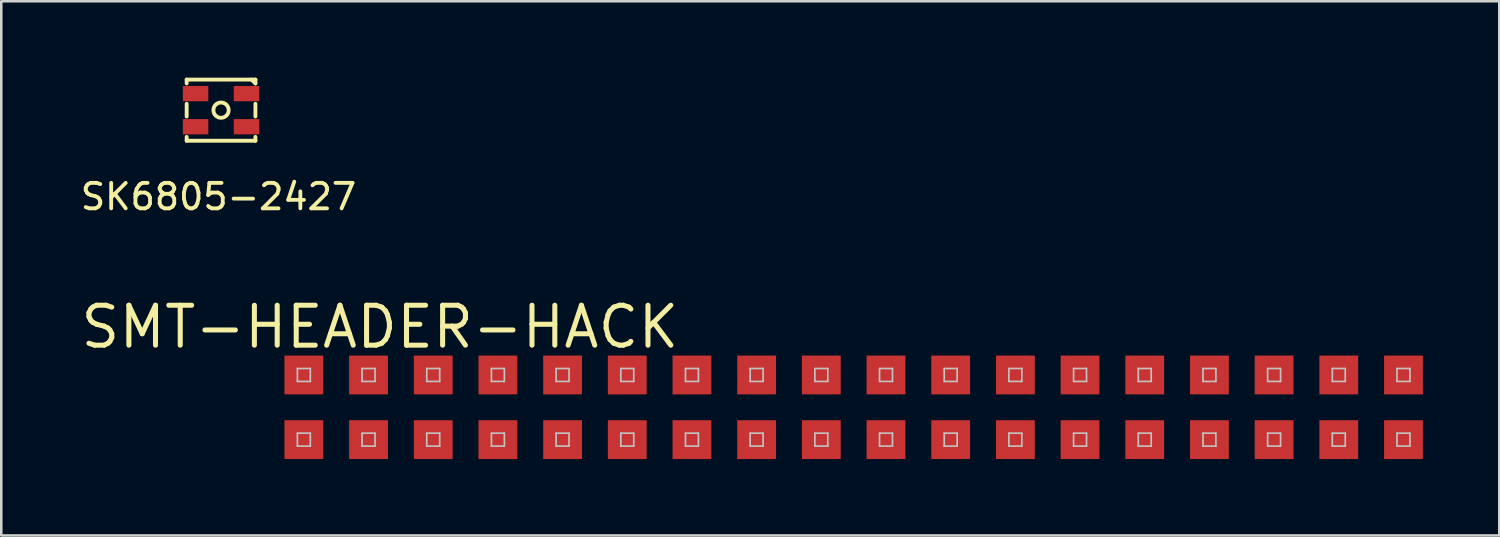
<source format=kicad_pcb>
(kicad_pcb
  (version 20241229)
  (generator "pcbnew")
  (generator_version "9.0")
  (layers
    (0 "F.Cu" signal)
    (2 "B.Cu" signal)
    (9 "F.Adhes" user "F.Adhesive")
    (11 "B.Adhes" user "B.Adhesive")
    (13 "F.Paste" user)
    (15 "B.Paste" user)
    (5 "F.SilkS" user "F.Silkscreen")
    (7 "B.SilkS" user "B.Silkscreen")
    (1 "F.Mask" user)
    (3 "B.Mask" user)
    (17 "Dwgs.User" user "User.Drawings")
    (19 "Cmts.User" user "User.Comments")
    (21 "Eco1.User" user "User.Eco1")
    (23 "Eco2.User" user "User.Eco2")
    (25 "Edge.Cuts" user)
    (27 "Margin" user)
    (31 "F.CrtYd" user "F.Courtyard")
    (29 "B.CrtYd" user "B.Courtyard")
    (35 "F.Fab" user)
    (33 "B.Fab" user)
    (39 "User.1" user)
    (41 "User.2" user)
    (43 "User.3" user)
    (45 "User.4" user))
  (footprint "SK6805-2427"
    (layer "F.Cu")
    (at 5.63 1.276)
    (property "Reference" "SK6805-2427" (at -0.1 3.4 0) (layer "F.SilkS") (effects (font (size 1 1) (thickness 0.15))))
    (attr through_hole)
    (fp_line (start -1.35 -1.2) (end -1.35 -1.05) (stroke (width 0.152) (type solid)) (layer "F.SilkS"))
    (fp_line (start -1.35 -1.2) (end 1.35 -1.2) (stroke (width 0.152) (type solid)) (layer "F.SilkS"))
    (fp_line (start -1.35 -0.25) (end -1.35 0.25) (stroke (width 0.152) (type solid)) (layer "F.SilkS"))
    (fp_line (start -1.35 1.2) (end -1.35 1.05) (stroke (width 0.152) (type solid)) (layer "F.SilkS"))
    (fp_line (start -1.35 1.2) (end 1.35 1.2) (stroke (width 0.152) (type solid)) (layer "F.SilkS"))
    (fp_line (start 1.35 -1.2) (end 1.35 -1.05) (stroke (width 0.152) (type solid)) (layer "F.SilkS"))
    (fp_line (start 1.35 -1.05) (end 1.2 -1.2) (stroke (width 0.152) (type solid)) (layer "F.SilkS"))
    (fp_line (start 1.35 -0.25) (end 1.35 0.25) (stroke (width 0.152) (type solid)) (layer "F.SilkS"))
    (fp_line (start 1.35 1.2) (end 1.35 1.05) (stroke (width 0.152) (type solid)) (layer "F.SilkS"))
    (fp_circle (center 0 0) (end 0.3 0) (stroke (width 0.152) (type solid)) (fill no) (layer "F.SilkS"))
    (pad "1" smd rect (at 1 0.65) (size 1 0.6) (layers "F.Cu" "F.Mask" "F.Paste"))
    (pad "2" smd rect (at 1 -0.65) (size 1 0.6) (layers "F.Cu" "F.Mask" "F.Paste"))
    (pad "3" smd rect (at -1 -0.65) (size 1 0.6) (layers "F.Cu" "F.Mask" "F.Paste"))
    (pad "4" smd rect (at -1 0.65) (size 1 0.6) (layers "F.Cu" "F.Mask" "F.Paste")))
  (footprint "SMT-HEADER-HACK"
    (layer "F.Cu")
    (at 30.472 12.944)
    (property "Reference" "SMT-HEADER-HACK" (at -18.605 -3.155 180) (layer "F.SilkS") (effects (font (size 1.568 1.568) (thickness 0.198))))
    (attr exclude_from_pos_files exclude_from_bom)
    (fp_line (start -21.844 -1.524) (end -21.336 -1.524) (stroke (width 0.066) (type solid)) (layer "Dwgs.User"))
    (fp_line (start -21.844 -1.016) (end -21.844 -1.524) (stroke (width 0.066) (type solid)) (layer "Dwgs.User"))
    (fp_line (start -21.844 -1.016) (end -21.336 -1.016) (stroke (width 0.066) (type solid)) (layer "Dwgs.User"))
    (fp_line (start -21.844 1.016) (end -21.336 1.016) (stroke (width 0.066) (type solid)) (layer "Dwgs.User"))
    (fp_line (start -21.844 1.524) (end -21.844 1.016) (stroke (width 0.066) (type solid)) (layer "Dwgs.User"))
    (fp_line (start -21.844 1.524) (end -21.336 1.524) (stroke (width 0.066) (type solid)) (layer "Dwgs.User"))
    (fp_line (start -21.336 -1.016) (end -21.336 -1.524) (stroke (width 0.066) (type solid)) (layer "Dwgs.User"))
    (fp_line (start -21.336 1.524) (end -21.336 1.016) (stroke (width 0.066) (type solid)) (layer "Dwgs.User"))
    (fp_line (start -19.304 -1.524) (end -18.796 -1.524) (stroke (width 0.066) (type solid)) (layer "Dwgs.User"))
    (fp_line (start -19.304 -1.016) (end -19.304 -1.524) (stroke (width 0.066) (type solid)) (layer "Dwgs.User"))
    (fp_line (start -19.304 -1.016) (end -18.796 -1.016) (stroke (width 0.066) (type solid)) (layer "Dwgs.User"))
    (fp_line (start -19.304 1.016) (end -18.796 1.016) (stroke (width 0.066) (type solid)) (layer "Dwgs.User"))
    (fp_line (start -19.304 1.524) (end -19.304 1.016) (stroke (width 0.066) (type solid)) (layer "Dwgs.User"))
    (fp_line (start -19.304 1.524) (end -18.796 1.524) (stroke (width 0.066) (type solid)) (layer "Dwgs.User"))
    (fp_line (start -18.796 -1.016) (end -18.796 -1.524) (stroke (width 0.066) (type solid)) (layer "Dwgs.User"))
    (fp_line (start -18.796 1.524) (end -18.796 1.016) (stroke (width 0.066) (type solid)) (layer "Dwgs.User"))
    (fp_line (start -16.764 -1.524) (end -16.256 -1.524) (stroke (width 0.066) (type solid)) (layer "Dwgs.User"))
    (fp_line (start -16.764 -1.016) (end -16.764 -1.524) (stroke (width 0.066) (type solid)) (layer "Dwgs.User"))
    (fp_line (start -16.764 -1.016) (end -16.256 -1.016) (stroke (width 0.066) (type solid)) (layer "Dwgs.User"))
    (fp_line (start -16.764 1.016) (end -16.256 1.016) (stroke (width 0.066) (type solid)) (layer "Dwgs.User"))
    (fp_line (start -16.764 1.524) (end -16.764 1.016) (stroke (width 0.066) (type solid)) (layer "Dwgs.User"))
    (fp_line (start -16.764 1.524) (end -16.256 1.524) (stroke (width 0.066) (type solid)) (layer "Dwgs.User"))
    (fp_line (start -16.256 -1.016) (end -16.256 -1.524) (stroke (width 0.066) (type solid)) (layer "Dwgs.User"))
    (fp_line (start -16.256 1.524) (end -16.256 1.016) (stroke (width 0.066) (type solid)) (layer "Dwgs.User"))
    (fp_line (start -14.224 -1.524) (end -13.716 -1.524) (stroke (width 0.066) (type solid)) (layer "Dwgs.User"))
    (fp_line (start -14.224 -1.016) (end -14.224 -1.524) (stroke (width 0.066) (type solid)) (layer "Dwgs.User"))
    (fp_line (start -14.224 -1.016) (end -13.716 -1.016) (stroke (width 0.066) (type solid)) (layer "Dwgs.User"))
    (fp_line (start -14.224 1.016) (end -13.716 1.016) (stroke (width 0.066) (type solid)) (layer "Dwgs.User"))
    (fp_line (start -14.224 1.524) (end -14.224 1.016) (stroke (width 0.066) (type solid)) (layer "Dwgs.User"))
    (fp_line (start -14.224 1.524) (end -13.716 1.524) (stroke (width 0.066) (type solid)) (layer "Dwgs.User"))
    (fp_line (start -13.716 -1.016) (end -13.716 -1.524) (stroke (width 0.066) (type solid)) (layer "Dwgs.User"))
    (fp_line (start -13.716 1.524) (end -13.716 1.016) (stroke (width 0.066) (type solid)) (layer "Dwgs.User"))
    (fp_line (start -11.684 -1.524) (end -11.176 -1.524) (stroke (width 0.066) (type solid)) (layer "Dwgs.User"))
    (fp_line (start -11.684 -1.016) (end -11.684 -1.524) (stroke (width 0.066) (type solid)) (layer "Dwgs.User"))
    (fp_line (start -11.684 -1.016) (end -11.176 -1.016) (stroke (width 0.066) (type solid)) (layer "Dwgs.User"))
    (fp_line (start -11.684 1.016) (end -11.176 1.016) (stroke (width 0.066) (type solid)) (layer "Dwgs.User"))
    (fp_line (start -11.684 1.524) (end -11.684 1.016) (stroke (width 0.066) (type solid)) (layer "Dwgs.User"))
    (fp_line (start -11.684 1.524) (end -11.176 1.524) (stroke (width 0.066) (type solid)) (layer "Dwgs.User"))
    (fp_line (start -11.176 -1.016) (end -11.176 -1.524) (stroke (width 0.066) (type solid)) (layer "Dwgs.User"))
    (fp_line (start -11.176 1.524) (end -11.176 1.016) (stroke (width 0.066) (type solid)) (layer "Dwgs.User"))
    (fp_line (start -9.144 -1.524) (end -8.636 -1.524) (stroke (width 0.066) (type solid)) (layer "Dwgs.User"))
    (fp_line (start -9.144 -1.016) (end -9.144 -1.524) (stroke (width 0.066) (type solid)) (layer "Dwgs.User"))
    (fp_line (start -9.144 -1.016) (end -8.636 -1.016) (stroke (width 0.066) (type solid)) (layer "Dwgs.User"))
    (fp_line (start -9.144 1.016) (end -8.636 1.016) (stroke (width 0.066) (type solid)) (layer "Dwgs.User"))
    (fp_line (start -9.144 1.524) (end -9.144 1.016) (stroke (width 0.066) (type solid)) (layer "Dwgs.User"))
    (fp_line (start -9.144 1.524) (end -8.636 1.524) (stroke (width 0.066) (type solid)) (layer "Dwgs.User"))
    (fp_line (start -8.636 -1.016) (end -8.636 -1.524) (stroke (width 0.066) (type solid)) (layer "Dwgs.User"))
    (fp_line (start -8.636 1.524) (end -8.636 1.016) (stroke (width 0.066) (type solid)) (layer "Dwgs.User"))
    (fp_line (start -6.604 -1.524) (end -6.096 -1.524) (stroke (width 0.066) (type solid)) (layer "Dwgs.User"))
    (fp_line (start -6.604 -1.016) (end -6.604 -1.524) (stroke (width 0.066) (type solid)) (layer "Dwgs.User"))
    (fp_line (start -6.604 -1.016) (end -6.096 -1.016) (stroke (width 0.066) (type solid)) (layer "Dwgs.User"))
    (fp_line (start -6.604 1.016) (end -6.096 1.016) (stroke (width 0.066) (type solid)) (layer "Dwgs.User"))
    (fp_line (start -6.604 1.524) (end -6.604 1.016) (stroke (width 0.066) (type solid)) (layer "Dwgs.User"))
    (fp_line (start -6.604 1.524) (end -6.096 1.524) (stroke (width 0.066) (type solid)) (layer "Dwgs.User"))
    (fp_line (start -6.096 -1.016) (end -6.096 -1.524) (stroke (width 0.066) (type solid)) (layer "Dwgs.User"))
    (fp_line (start -6.096 1.524) (end -6.096 1.016) (stroke (width 0.066) (type solid)) (layer "Dwgs.User"))
    (fp_line (start -4.064 -1.524) (end -3.556 -1.524) (stroke (width 0.066) (type solid)) (layer "Dwgs.User"))
    (fp_line (start -4.064 -1.016) (end -4.064 -1.524) (stroke (width 0.066) (type solid)) (layer "Dwgs.User"))
    (fp_line (start -4.064 -1.016) (end -3.556 -1.016) (stroke (width 0.066) (type solid)) (layer "Dwgs.User"))
    (fp_line (start -4.064 1.016) (end -3.556 1.016) (stroke (width 0.066) (type solid)) (layer "Dwgs.User"))
    (fp_line (start -4.064 1.524) (end -4.064 1.016) (stroke (width 0.066) (type solid)) (layer "Dwgs.User"))
    (fp_line (start -4.064 1.524) (end -3.556 1.524) (stroke (width 0.066) (type solid)) (layer "Dwgs.User"))
    (fp_line (start -3.556 -1.016) (end -3.556 -1.524) (stroke (width 0.066) (type solid)) (layer "Dwgs.User"))
    (fp_line (start -3.556 1.524) (end -3.556 1.016) (stroke (width 0.066) (type solid)) (layer "Dwgs.User"))
    (fp_line (start -1.524 -1.524) (end -1.016 -1.524) (stroke (width 0.066) (type solid)) (layer "Dwgs.User"))
    (fp_line (start -1.524 -1.016) (end -1.524 -1.524) (stroke (width 0.066) (type solid)) (layer "Dwgs.User"))
    (fp_line (start -1.524 -1.016) (end -1.016 -1.016) (stroke (width 0.066) (type solid)) (layer "Dwgs.User"))
    (fp_line (start -1.524 1.016) (end -1.016 1.016) (stroke (width 0.066) (type solid)) (layer "Dwgs.User"))
    (fp_line (start -1.524 1.524) (end -1.524 1.016) (stroke (width 0.066) (type solid)) (layer "Dwgs.User"))
    (fp_line (start -1.524 1.524) (end -1.016 1.524) (stroke (width 0.066) (type solid)) (layer "Dwgs.User"))
    (fp_line (start -1.016 -1.016) (end -1.016 -1.524) (stroke (width 0.066) (type solid)) (layer "Dwgs.User"))
    (fp_line (start -1.016 1.524) (end -1.016 1.016) (stroke (width 0.066) (type solid)) (layer "Dwgs.User"))
    (fp_line (start 1.016 -1.524) (end 1.524 -1.524) (stroke (width 0.066) (type solid)) (layer "Dwgs.User"))
    (fp_line (start 1.016 -1.016) (end 1.016 -1.524) (stroke (width 0.066) (type solid)) (layer "Dwgs.User"))
    (fp_line (start 1.016 -1.016) (end 1.524 -1.016) (stroke (width 0.066) (type solid)) (layer "Dwgs.User"))
    (fp_line (start 1.016 1.016) (end 1.524 1.016) (stroke (width 0.066) (type solid)) (layer "Dwgs.User"))
    (fp_line (start 1.016 1.524) (end 1.016 1.016) (stroke (width 0.066) (type solid)) (layer "Dwgs.User"))
    (fp_line (start 1.016 1.524) (end 1.524 1.524) (stroke (width 0.066) (type solid)) (layer "Dwgs.User"))
    (fp_line (start 1.524 -1.016) (end 1.524 -1.524) (stroke (width 0.066) (type solid)) (layer "Dwgs.User"))
    (fp_line (start 1.524 1.524) (end 1.524 1.016) (stroke (width 0.066) (type solid)) (layer "Dwgs.User"))
    (fp_line (start 3.556 -1.524) (end 4.064 -1.524) (stroke (width 0.066) (type solid)) (layer "Dwgs.User"))
    (fp_line (start 3.556 -1.016) (end 3.556 -1.524) (stroke (width 0.066) (type solid)) (layer "Dwgs.User"))
    (fp_line (start 3.556 -1.016) (end 4.064 -1.016) (stroke (width 0.066) (type solid)) (layer "Dwgs.User"))
    (fp_line (start 3.556 1.016) (end 4.064 1.016) (stroke (width 0.066) (type solid)) (layer "Dwgs.User"))
    (fp_line (start 3.556 1.524) (end 3.556 1.016) (stroke (width 0.066) (type solid)) (layer "Dwgs.User"))
    (fp_line (start 3.556 1.524) (end 4.064 1.524) (stroke (width 0.066) (type solid)) (layer "Dwgs.User"))
    (fp_line (start 4.064 -1.016) (end 4.064 -1.524) (stroke (width 0.066) (type solid)) (layer "Dwgs.User"))
    (fp_line (start 4.064 1.524) (end 4.064 1.016) (stroke (width 0.066) (type solid)) (layer "Dwgs.User"))
    (fp_line (start 6.096 -1.524) (end 6.604 -1.524) (stroke (width 0.066) (type solid)) (layer "Dwgs.User"))
    (fp_line (start 6.096 -1.016) (end 6.096 -1.524) (stroke (width 0.066) (type solid)) (layer "Dwgs.User"))
    (fp_line (start 6.096 -1.016) (end 6.604 -1.016) (stroke (width 0.066) (type solid)) (layer "Dwgs.User"))
    (fp_line (start 6.096 1.016) (end 6.604 1.016) (stroke (width 0.066) (type solid)) (layer "Dwgs.User"))
    (fp_line (start 6.096 1.524) (end 6.096 1.016) (stroke (width 0.066) (type solid)) (layer "Dwgs.User"))
    (fp_line (start 6.096 1.524) (end 6.604 1.524) (stroke (width 0.066) (type solid)) (layer "Dwgs.User"))
    (fp_line (start 6.604 -1.016) (end 6.604 -1.524) (stroke (width 0.066) (type solid)) (layer "Dwgs.User"))
    (fp_line (start 6.604 1.524) (end 6.604 1.016) (stroke (width 0.066) (type solid)) (layer "Dwgs.User"))
    (fp_line (start 8.636 -1.524) (end 9.144 -1.524) (stroke (width 0.066) (type solid)) (layer "Dwgs.User"))
    (fp_line (start 8.636 -1.016) (end 8.636 -1.524) (stroke (width 0.066) (type solid)) (layer "Dwgs.User"))
    (fp_line (start 8.636 -1.016) (end 9.144 -1.016) (stroke (width 0.066) (type solid)) (layer "Dwgs.User"))
    (fp_line (start 8.636 1.016) (end 9.144 1.016) (stroke (width 0.066) (type solid)) (layer "Dwgs.User"))
    (fp_line (start 8.636 1.524) (end 8.636 1.016) (stroke (width 0.066) (type solid)) (layer "Dwgs.User"))
    (fp_line (start 8.636 1.524) (end 9.144 1.524) (stroke (width 0.066) (type solid)) (layer "Dwgs.User"))
    (fp_line (start 9.144 -1.016) (end 9.144 -1.524) (stroke (width 0.066) (type solid)) (layer "Dwgs.User"))
    (fp_line (start 9.144 1.524) (end 9.144 1.016) (stroke (width 0.066) (type solid)) (layer "Dwgs.User"))
    (fp_line (start 11.176 -1.524) (end 11.684 -1.524) (stroke (width 0.066) (type solid)) (layer "Dwgs.User"))
    (fp_line (start 11.176 -1.016) (end 11.176 -1.524) (stroke (width 0.066) (type solid)) (layer "Dwgs.User"))
    (fp_line (start 11.176 -1.016) (end 11.684 -1.016) (stroke (width 0.066) (type solid)) (layer "Dwgs.User"))
    (fp_line (start 11.176 1.016) (end 11.684 1.016) (stroke (width 0.066) (type solid)) (layer "Dwgs.User"))
    (fp_line (start 11.176 1.524) (end 11.176 1.016) (stroke (width 0.066) (type solid)) (layer "Dwgs.User"))
    (fp_line (start 11.176 1.524) (end 11.684 1.524) (stroke (width 0.066) (type solid)) (layer "Dwgs.User"))
    (fp_line (start 11.684 -1.016) (end 11.684 -1.524) (stroke (width 0.066) (type solid)) (layer "Dwgs.User"))
    (fp_line (start 11.684 1.524) (end 11.684 1.016) (stroke (width 0.066) (type solid)) (layer "Dwgs.User"))
    (fp_line (start 13.716 -1.524) (end 14.224 -1.524) (stroke (width 0.066) (type solid)) (layer "Dwgs.User"))
    (fp_line (start 13.716 -1.016) (end 13.716 -1.524) (stroke (width 0.066) (type solid)) (layer "Dwgs.User"))
    (fp_line (start 13.716 -1.016) (end 14.224 -1.016) (stroke (width 0.066) (type solid)) (layer "Dwgs.User"))
    (fp_line (start 13.716 1.016) (end 14.224 1.016) (stroke (width 0.066) (type solid)) (layer "Dwgs.User"))
    (fp_line (start 13.716 1.524) (end 13.716 1.016) (stroke (width 0.066) (type solid)) (layer "Dwgs.User"))
    (fp_line (start 13.716 1.524) (end 14.224 1.524) (stroke (width 0.066) (type solid)) (layer "Dwgs.User"))
    (fp_line (start 14.224 -1.016) (end 14.224 -1.524) (stroke (width 0.066) (type solid)) (layer "Dwgs.User"))
    (fp_line (start 14.224 1.524) (end 14.224 1.016) (stroke (width 0.066) (type solid)) (layer "Dwgs.User"))
    (fp_line (start 16.256 -1.524) (end 16.764 -1.524) (stroke (width 0.066) (type solid)) (layer "Dwgs.User"))
    (fp_line (start 16.256 -1.016) (end 16.256 -1.524) (stroke (width 0.066) (type solid)) (layer "Dwgs.User"))
    (fp_line (start 16.256 -1.016) (end 16.764 -1.016) (stroke (width 0.066) (type solid)) (layer "Dwgs.User"))
    (fp_line (start 16.256 1.016) (end 16.764 1.016) (stroke (width 0.066) (type solid)) (layer "Dwgs.User"))
    (fp_line (start 16.256 1.524) (end 16.256 1.016) (stroke (width 0.066) (type solid)) (layer "Dwgs.User"))
    (fp_line (start 16.256 1.524) (end 16.764 1.524) (stroke (width 0.066) (type solid)) (layer "Dwgs.User"))
    (fp_line (start 16.764 -1.016) (end 16.764 -1.524) (stroke (width 0.066) (type solid)) (layer "Dwgs.User"))
    (fp_line (start 16.764 1.524) (end 16.764 1.016) (stroke (width 0.066) (type solid)) (layer "Dwgs.User"))
    (fp_line (start 18.796 -1.524) (end 19.304 -1.524) (stroke (width 0.066) (type solid)) (layer "Dwgs.User"))
    (fp_line (start 18.796 -1.016) (end 18.796 -1.524) (stroke (width 0.066) (type solid)) (layer "Dwgs.User"))
    (fp_line (start 18.796 -1.016) (end 19.304 -1.016) (stroke (width 0.066) (type solid)) (layer "Dwgs.User"))
    (fp_line (start 18.796 1.016) (end 19.304 1.016) (stroke (width 0.066) (type solid)) (layer "Dwgs.User"))
    (fp_line (start 18.796 1.524) (end 18.796 1.016) (stroke (width 0.066) (type solid)) (layer "Dwgs.User"))
    (fp_line (start 18.796 1.524) (end 19.304 1.524) (stroke (width 0.066) (type solid)) (layer "Dwgs.User"))
    (fp_line (start 19.304 -1.016) (end 19.304 -1.524) (stroke (width 0.066) (type solid)) (layer "Dwgs.User"))
    (fp_line (start 19.304 1.524) (end 19.304 1.016) (stroke (width 0.066) (type solid)) (layer "Dwgs.User"))
    (fp_line (start 21.336 -1.524) (end 21.844 -1.524) (stroke (width 0.066) (type solid)) (layer "Dwgs.User"))
    (fp_line (start 21.336 -1.016) (end 21.336 -1.524) (stroke (width 0.066) (type solid)) (layer "Dwgs.User"))
    (fp_line (start 21.336 -1.016) (end 21.844 -1.016) (stroke (width 0.066) (type solid)) (layer "Dwgs.User"))
    (fp_line (start 21.336 1.016) (end 21.844 1.016) (stroke (width 0.066) (type solid)) (layer "Dwgs.User"))
    (fp_line (start 21.336 1.524) (end 21.336 1.016) (stroke (width 0.066) (type solid)) (layer "Dwgs.User"))
    (fp_line (start 21.336 1.524) (end 21.844 1.524) (stroke (width 0.066) (type solid)) (layer "Dwgs.User"))
    (fp_line (start 21.844 -1.016) (end 21.844 -1.524) (stroke (width 0.066) (type solid)) (layer "Dwgs.User"))
    (fp_line (start 21.844 1.524) (end 21.844 1.016) (stroke (width 0.066) (type solid)) (layer "Dwgs.User"))
    (pad "1" smd rect (at -21.59 1.27) (size 1.524 1.524) (layers "F.Cu" "F.Mask" "F.Paste"))
    (pad "2" smd rect (at -21.59 -1.27) (size 1.524 1.524) (layers "F.Cu" "F.Mask" "F.Paste"))
    (pad "3" smd rect (at -19.05 1.27) (size 1.524 1.524) (layers "F.Cu" "F.Mask" "F.Paste"))
    (pad "4" smd rect (at -19.05 -1.27) (size 1.524 1.524) (layers "F.Cu" "F.Mask" "F.Paste"))
    (pad "5" smd rect (at -16.51 1.27) (size 1.524 1.524) (layers "F.Cu" "F.Mask" "F.Paste"))
    (pad "6" smd rect (at -16.51 -1.27) (size 1.524 1.524) (layers "F.Cu" "F.Mask" "F.Paste"))
    (pad "7" smd rect (at -13.97 1.27) (size 1.524 1.524) (layers "F.Cu" "F.Mask" "F.Paste"))
    (pad "8" smd rect (at -13.97 -1.27) (size 1.524 1.524) (layers "F.Cu" "F.Mask" "F.Paste"))
    (pad "9" smd rect (at -11.43 1.27) (size 1.524 1.524) (layers "F.Cu" "F.Mask" "F.Paste"))
    (pad "10" smd rect (at -11.43 -1.27) (size 1.524 1.524) (layers "F.Cu" "F.Mask" "F.Paste"))
    (pad "11" smd rect (at -8.89 1.27) (size 1.524 1.524) (layers "F.Cu" "F.Mask" "F.Paste"))
    (pad "12" smd rect (at -8.89 -1.27) (size 1.524 1.524) (layers "F.Cu" "F.Mask" "F.Paste"))
    (pad "13" smd rect (at -6.35 1.27) (size 1.524 1.524) (layers "F.Cu" "F.Mask" "F.Paste"))
    (pad "14" smd rect (at -6.35 -1.27) (size 1.524 1.524) (layers "F.Cu" "F.Mask" "F.Paste"))
    (pad "15" smd rect (at -3.81 1.27) (size 1.524 1.524) (layers "F.Cu" "F.Mask" "F.Paste"))
    (pad "16" smd rect (at -3.81 -1.27) (size 1.524 1.524) (layers "F.Cu" "F.Mask" "F.Paste"))
    (pad "17" smd rect (at -1.27 1.27) (size 1.524 1.524) (layers "F.Cu" "F.Mask" "F.Paste"))
    (pad "18" smd rect (at -1.27 -1.27) (size 1.524 1.524) (layers "F.Cu" "F.Mask" "F.Paste"))
    (pad "19" smd rect (at 1.27 1.27) (size 1.524 1.524) (layers "F.Cu" "F.Mask" "F.Paste"))
    (pad "20" smd rect (at 1.27 -1.27) (size 1.524 1.524) (layers "F.Cu" "F.Mask" "F.Paste"))
    (pad "21" smd rect (at 3.81 1.27) (size 1.524 1.524) (layers "F.Cu" "F.Mask" "F.Paste"))
    (pad "22" smd rect (at 3.81 -1.27) (size 1.524 1.524) (layers "F.Cu" "F.Mask" "F.Paste"))
    (pad "23" smd rect (at 6.35 1.27) (size 1.524 1.524) (layers "F.Cu" "F.Mask" "F.Paste"))
    (pad "24" smd rect (at 6.35 -1.27) (size 1.524 1.524) (layers "F.Cu" "F.Mask" "F.Paste"))
    (pad "25" smd rect (at 8.89 1.27) (size 1.524 1.524) (layers "F.Cu" "F.Mask" "F.Paste"))
    (pad "26" smd rect (at 8.89 -1.27) (size 1.524 1.524) (layers "F.Cu" "F.Mask" "F.Paste"))
    (pad "27" smd rect (at 11.43 1.27) (size 1.524 1.524) (layers "F.Cu" "F.Mask" "F.Paste"))
    (pad "28" smd rect (at 11.43 -1.27) (size 1.524 1.524) (layers "F.Cu" "F.Mask" "F.Paste"))
    (pad "29" smd rect (at 13.97 1.27) (size 1.524 1.524) (layers "F.Cu" "F.Mask" "F.Paste"))
    (pad "30" smd rect (at 13.97 -1.27) (size 1.524 1.524) (layers "F.Cu" "F.Mask" "F.Paste"))
    (pad "31" smd rect (at 16.51 1.27) (size 1.524 1.524) (layers "F.Cu" "F.Mask" "F.Paste"))
    (pad "32" smd rect (at 16.51 -1.27) (size 1.524 1.524) (layers "F.Cu" "F.Mask" "F.Paste"))
    (pad "33" smd rect (at 19.05 1.27) (size 1.524 1.524) (layers "F.Cu" "F.Mask" "F.Paste"))
    (pad "34" smd rect (at 19.05 -1.27) (size 1.524 1.524) (layers "F.Cu" "F.Mask" "F.Paste"))
    (pad "35" smd rect (at 21.59 1.27) (size 1.524 1.524) (layers "F.Cu" "F.Mask" "F.Paste"))
    (pad "36" smd rect (at 21.59 -1.27) (size 1.524 1.524) (layers "F.Cu" "F.Mask" "F.Paste")))
  (gr_rect
    (start -3 -3)
    (end 55.824 17.976)
    (stroke (width 0.1) (type default))
    (fill no)
    (layer "Edge.Cuts")))
</source>
